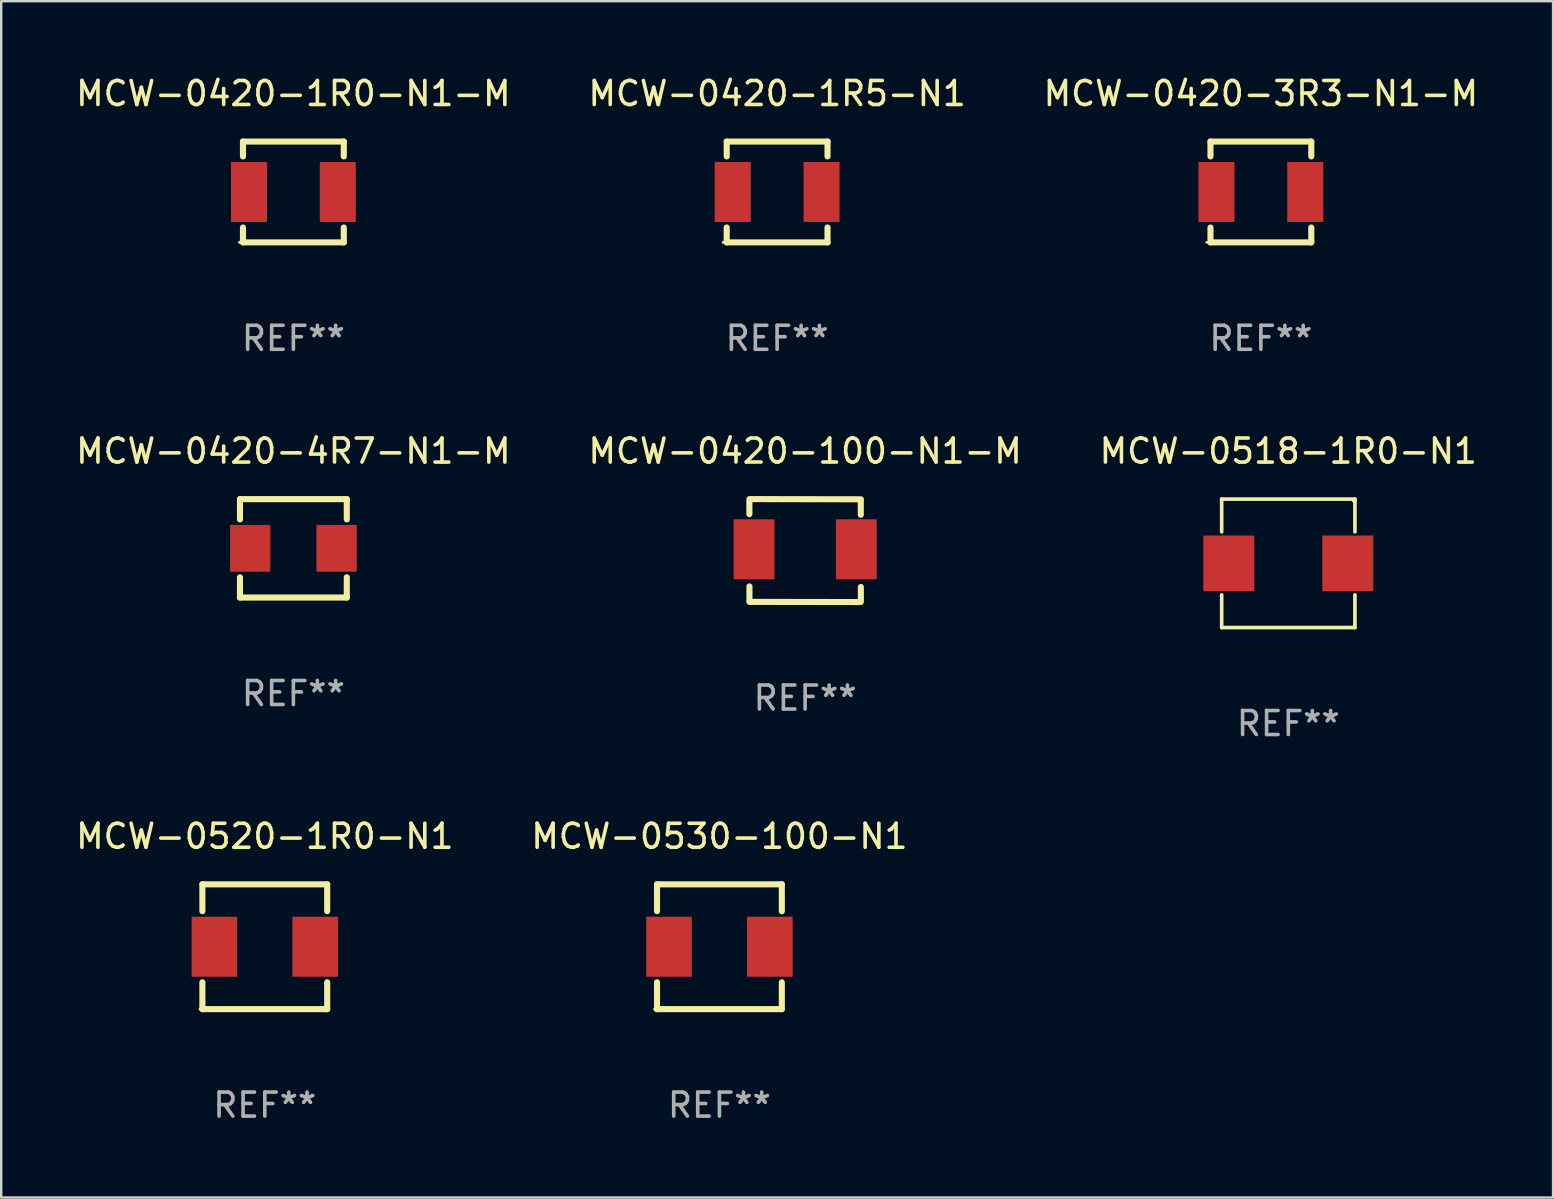
<source format=kicad_pcb>
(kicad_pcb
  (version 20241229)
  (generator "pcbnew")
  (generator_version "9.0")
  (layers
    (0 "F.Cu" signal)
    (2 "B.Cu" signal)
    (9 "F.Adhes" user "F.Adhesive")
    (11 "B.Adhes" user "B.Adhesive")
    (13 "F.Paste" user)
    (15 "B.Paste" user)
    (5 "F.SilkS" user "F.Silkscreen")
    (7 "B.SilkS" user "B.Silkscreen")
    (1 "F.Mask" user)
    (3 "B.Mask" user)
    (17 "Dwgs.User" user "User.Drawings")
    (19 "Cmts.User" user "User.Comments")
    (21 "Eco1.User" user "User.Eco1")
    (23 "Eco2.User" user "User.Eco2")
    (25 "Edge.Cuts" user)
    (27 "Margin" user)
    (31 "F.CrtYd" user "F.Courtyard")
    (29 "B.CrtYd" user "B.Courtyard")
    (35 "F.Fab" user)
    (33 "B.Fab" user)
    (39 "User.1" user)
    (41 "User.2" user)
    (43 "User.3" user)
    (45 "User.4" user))
  (footprint "MCW-0420-100-N1-M"
    (layer "F.Cu")
    (at 30.494 19.889)
    (property "Reference" "MCW-0420-100-N1-M" (at 0 -4.145 0) (layer "F.SilkS") (effects (font (size 1 1) (thickness 0.15))))
    (attr through_hole)
    (fp_line (start -2.322 -2.135) (end -2.322 -1.516) (stroke (width 0.254) (type solid)) (layer "F.SilkS"))
    (fp_line (start -2.319 2.111) (end -2.319 1.492) (stroke (width 0.254) (type solid)) (layer "F.SilkS"))
    (fp_line (start -2.283 -2.145) (end 2.315 -2.137) (stroke (width 0.254) (type solid)) (layer "F.SilkS"))
    (fp_line (start 2.283 2.145) (end -2.315 2.137) (stroke (width 0.254) (type solid)) (layer "F.SilkS"))
    (fp_line (start 2.319 -2.111) (end 2.319 -1.492) (stroke (width 0.254) (type solid)) (layer "F.SilkS"))
    (fp_line (start 2.322 2.135) (end 2.322 1.516) (stroke (width 0.254) (type solid)) (layer "F.SilkS"))
    (fp_circle (center -2.372 2.046) (end -2.342 2.046) (stroke (width 0.06) (type solid)) (fill no) (layer "F.SilkS"))
    (fp_text user "REF**" (at 0 6.145 0) (layer "F.Fab") (effects (font (size 1 1) (thickness 0.15))))
    (pad "1" smd rect (at -2.129 -0.054) (size 1.7 2.5) (layers "F.Cu" "F.Mask" "F.Paste"))
    (pad "2" smd rect (at 2.133 -0.054) (size 1.7 2.5) (layers "F.Cu" "F.Mask" "F.Paste")))
  (footprint "MCW-0520-1R0-N1"
    (layer "F.Cu")
    (at 7.982 36.394)
    (property "Reference" "MCW-0520-1R0-N1" (at 0 -4.6 0) (layer "F.SilkS") (effects (font (size 1 1) (thickness 0.15))))
    (attr through_hole)
    (fp_line (start -2.6 -2.6) (end 2.6 -2.6) (stroke (width 0.254) (type solid)) (layer "F.SilkS"))
    (fp_line (start -2.6 -1.481) (end -2.6 -2.6) (stroke (width 0.254) (type solid)) (layer "F.SilkS"))
    (fp_line (start -2.6 2.6) (end -2.6 1.481) (stroke (width 0.254) (type solid)) (layer "F.SilkS"))
    (fp_line (start 2.6 -2.6) (end 2.6 -1.481) (stroke (width 0.254) (type solid)) (layer "F.SilkS"))
    (fp_line (start 2.6 1.481) (end 2.6 2.6) (stroke (width 0.254) (type solid)) (layer "F.SilkS"))
    (fp_line (start 2.6 2.6) (end -2.6 2.6) (stroke (width 0.254) (type solid)) (layer "F.SilkS"))
    (fp_circle (center -2.7 2.59) (end -2.67 2.59) (stroke (width 0.06) (type solid)) (fill no) (layer "F.SilkS"))
    (fp_text user "REF**" (at 0 6.6 0) (layer "F.Fab") (effects (font (size 1 1) (thickness 0.15))))
    (pad "1" smd rect (at -2.1 0) (size 1.9 2.5) (layers "F.Cu" "F.Mask" "F.Paste"))
    (pad "2" smd rect (at 2.1 0) (size 1.9 2.5) (layers "F.Cu" "F.Mask" "F.Paste")))
  (footprint "MCW-0420-3R3-N1-M"
    (layer "F.Cu")
    (at 49.482 4.948)
    (property "Reference" "MCW-0420-3R3-N1-M" (at 0 -4.1 0) (layer "F.SilkS") (effects (font (size 1 1) (thickness 0.15))))
    (attr through_hole)
    (fp_line (start -2.1 2.1) (end 2.1 2.1) (stroke (width 0.254) (type solid)) (layer "F.SilkS"))
    (fp_line (start -2.1 -2.1) (end -2.1 -1.481) (stroke (width 0.254) (type solid)) (layer "F.SilkS"))
    (fp_line (start -2.1 -2.1) (end 2.1 -2.1) (stroke (width 0.254) (type solid)) (layer "F.SilkS"))
    (fp_line (start -2.1 1.481) (end -2.1 2.1) (stroke (width 0.254) (type solid)) (layer "F.SilkS"))
    (fp_line (start 2.1 -2.1) (end 2.1 -1.481) (stroke (width 0.254) (type solid)) (layer "F.SilkS"))
    (fp_line (start 2.1 1.481) (end 2.1 2.1) (stroke (width 0.254) (type solid)) (layer "F.SilkS"))
    (fp_circle (center -2.25 2.1) (end -2.22 2.1) (stroke (width 0.06) (type solid)) (fill no) (layer "F.SilkS"))
    (fp_text user "REF**" (at 0 6.1 0) (layer "F.Fab") (effects (font (size 1 1) (thickness 0.15))))
    (pad "1" smd rect (at -1.85 0.000013) (size 1.5 2.5) (layers "F.Cu" "F.Mask" "F.Paste"))
    (pad "2" smd rect (at 1.85 0.000013) (size 1.5 2.5) (layers "F.Cu" "F.Mask" "F.Paste")))
  (footprint "MCW-0530-100-N1"
    (layer "F.Cu")
    (at 26.923 36.394)
    (property "Reference" "MCW-0530-100-N1" (at 0 -4.6 0) (layer "F.SilkS") (effects (font (size 1 1) (thickness 0.15))))
    (attr through_hole)
    (fp_line (start -2.6 -2.6) (end 2.6 -2.6) (stroke (width 0.254) (type solid)) (layer "F.SilkS"))
    (fp_line (start -2.6 -1.481) (end -2.6 -2.6) (stroke (width 0.254) (type solid)) (layer "F.SilkS"))
    (fp_line (start -2.6 2.6) (end -2.6 1.481) (stroke (width 0.254) (type solid)) (layer "F.SilkS"))
    (fp_line (start 2.6 -2.6) (end 2.6 -1.481) (stroke (width 0.254) (type solid)) (layer "F.SilkS"))
    (fp_line (start 2.6 1.481) (end 2.6 2.6) (stroke (width 0.254) (type solid)) (layer "F.SilkS"))
    (fp_line (start 2.6 2.6) (end -2.6 2.6) (stroke (width 0.254) (type solid)) (layer "F.SilkS"))
    (fp_circle (center -2.7 2.6) (end -2.67 2.6) (stroke (width 0.06) (type solid)) (fill no) (layer "F.SilkS"))
    (fp_text user "REF**" (at 0 6.6 0) (layer "F.Fab") (effects (font (size 1 1) (thickness 0.15))))
    (pad "1" smd rect (at -2.1 0) (size 1.9 2.5) (layers "F.Cu" "F.Mask" "F.Paste"))
    (pad "2" smd rect (at 2.1 0) (size 1.9 2.5) (layers "F.Cu" "F.Mask" "F.Paste")))
  (footprint "MCW-0420-1R0-N1-M"
    (layer "F.Cu")
    (at 9.173 4.948)
    (property "Reference" "MCW-0420-1R0-N1-M" (at 0 -4.1 0) (layer "F.SilkS") (effects (font (size 1 1) (thickness 0.15))))
    (attr through_hole)
    (fp_line (start -2.1 2.1) (end 2.1 2.1) (stroke (width 0.254) (type solid)) (layer "F.SilkS"))
    (fp_line (start -2.1 -2.1) (end -2.1 -1.481) (stroke (width 0.254) (type solid)) (layer "F.SilkS"))
    (fp_line (start -2.1 -2.1) (end 2.1 -2.1) (stroke (width 0.254) (type solid)) (layer "F.SilkS"))
    (fp_line (start -2.1 1.481) (end -2.1 2.1) (stroke (width 0.254) (type solid)) (layer "F.SilkS"))
    (fp_line (start 2.1 -2.1) (end 2.1 -1.481) (stroke (width 0.254) (type solid)) (layer "F.SilkS"))
    (fp_line (start 2.1 1.481) (end 2.1 2.1) (stroke (width 0.254) (type solid)) (layer "F.SilkS"))
    (fp_circle (center -2.25 2.1) (end -2.22 2.1) (stroke (width 0.06) (type solid)) (fill no) (layer "F.SilkS"))
    (fp_text user "REF**" (at 0 6.1 0) (layer "F.Fab") (effects (font (size 1 1) (thickness 0.15))))
    (pad "1" smd rect (at -1.85 0.000013) (size 1.5 2.5) (layers "F.Cu" "F.Mask" "F.Paste"))
    (pad "2" smd rect (at 1.85 0.000013) (size 1.5 2.5) (layers "F.Cu" "F.Mask" "F.Paste")))
  (footprint "MCW-0518-1R0-N1"
    (layer "F.Cu")
    (at 50.625 20.421)
    (property "Reference" "MCW-0518-1R0-N1" (at 0 -4.676 0) (layer "F.SilkS") (effects (font (size 1 1) (thickness 0.15))))
    (attr through_hole)
    (fp_line (start -2.776 -2.676) (end 2.776 -2.676) (stroke (width 0.152) (type solid)) (layer "F.SilkS"))
    (fp_line (start -2.776 -1.312) (end -2.776 -2.676) (stroke (width 0.152) (type solid)) (layer "F.SilkS"))
    (fp_line (start -2.776 1.312) (end -2.776 2.676) (stroke (width 0.152) (type solid)) (layer "F.SilkS"))
    (fp_line (start -2.776 2.676) (end 2.776 2.676) (stroke (width 0.152) (type solid)) (layer "F.SilkS"))
    (fp_line (start 2.776 -2.676) (end 2.776 -1.312) (stroke (width 0.152) (type solid)) (layer "F.SilkS"))
    (fp_line (start 2.776 2.676) (end 2.776 1.312) (stroke (width 0.152) (type solid)) (layer "F.SilkS"))
    (fp_circle (center 2.7 -2.6) (end 2.73 -2.6) (stroke (width 0.06) (type solid)) (fill no) (layer "F.SilkS"))
    (fp_text user "REF**" (at 0 6.676 0) (layer "F.Fab") (effects (font (size 1 1) (thickness 0.15))))
    (pad "1" smd rect (at 2.478 0) (size 2.124 2.32) (layers "F.Cu" "F.Mask" "F.Paste"))
    (pad "2" smd rect (at -2.478 0) (size 2.124 2.32) (layers "F.Cu" "F.Mask" "F.Paste")))
  (footprint "MCW-0420-1R5-N1"
    (layer "F.Cu")
    (at 29.327 4.948)
    (property "Reference" "MCW-0420-1R5-N1" (at 0 -4.1 0) (layer "F.SilkS") (effects (font (size 1 1) (thickness 0.15))))
    (attr through_hole)
    (fp_line (start -2.1 2.1) (end 2.1 2.1) (stroke (width 0.254) (type solid)) (layer "F.SilkS"))
    (fp_line (start -2.1 -2.1) (end -2.1 -1.481) (stroke (width 0.254) (type solid)) (layer "F.SilkS"))
    (fp_line (start -2.1 -2.1) (end 2.1 -2.1) (stroke (width 0.254) (type solid)) (layer "F.SilkS"))
    (fp_line (start -2.1 1.481) (end -2.1 2.1) (stroke (width 0.254) (type solid)) (layer "F.SilkS"))
    (fp_line (start 2.1 -2.1) (end 2.1 -1.481) (stroke (width 0.254) (type solid)) (layer "F.SilkS"))
    (fp_line (start 2.1 1.481) (end 2.1 2.1) (stroke (width 0.254) (type solid)) (layer "F.SilkS"))
    (fp_circle (center -2.25 2.1) (end -2.22 2.1) (stroke (width 0.06) (type solid)) (fill no) (layer "F.SilkS"))
    (fp_text user "REF**" (at 0 6.1 0) (layer "F.Fab") (effects (font (size 1 1) (thickness 0.15))))
    (pad "1" smd rect (at -1.85 0.000013) (size 1.5 2.5) (layers "F.Cu" "F.Mask" "F.Paste"))
    (pad "2" smd rect (at 1.85 0.000013) (size 1.5 2.5) (layers "F.Cu" "F.Mask" "F.Paste")))
  (footprint "MCW-0420-4R7-N1-M"
    (layer "F.Cu")
    (at 9.173 19.795)
    (property "Reference" "MCW-0420-4R7-N1-M" (at 0 -4.05 0) (layer "F.SilkS") (effects (font (size 1 1) (thickness 0.15))))
    (attr through_hole)
    (fp_line (start -2.225 -2.05) (end 2.225 -2.05) (stroke (width 0.254) (type solid)) (layer "F.SilkS"))
    (fp_line (start -2.225 -1.206) (end -2.225 -2.05) (stroke (width 0.254) (type solid)) (layer "F.SilkS"))
    (fp_line (start -2.225 2.05) (end -2.225 1.206) (stroke (width 0.254) (type solid)) (layer "F.SilkS"))
    (fp_line (start 2.225 -2.05) (end 2.225 -1.206) (stroke (width 0.254) (type solid)) (layer "F.SilkS"))
    (fp_line (start 2.225 1.206) (end 2.225 2.05) (stroke (width 0.254) (type solid)) (layer "F.SilkS"))
    (fp_line (start 2.225 2.05) (end -2.225 2.05) (stroke (width 0.254) (type solid)) (layer "F.SilkS"))
    (fp_circle (center -2.25 2.1) (end -2.22 2.1) (stroke (width 0.06) (type solid)) (fill no) (layer "F.SilkS"))
    (fp_text user "REF**" (at 0 6.05 0) (layer "F.Fab") (effects (font (size 1 1) (thickness 0.15))))
    (pad "1" smd rect (at -1.8 0) (size 1.675 1.95) (layers "F.Cu" "F.Mask" "F.Paste"))
    (pad "2" smd rect (at 1.8 0) (size 1.675 1.95) (layers "F.Cu" "F.Mask" "F.Paste")))
  (gr_rect
    (start -3 -3)
    (end 61.655 46.842)
    (stroke (width 0.1) (type default))
    (fill no)
    (layer "Edge.Cuts")))
</source>
